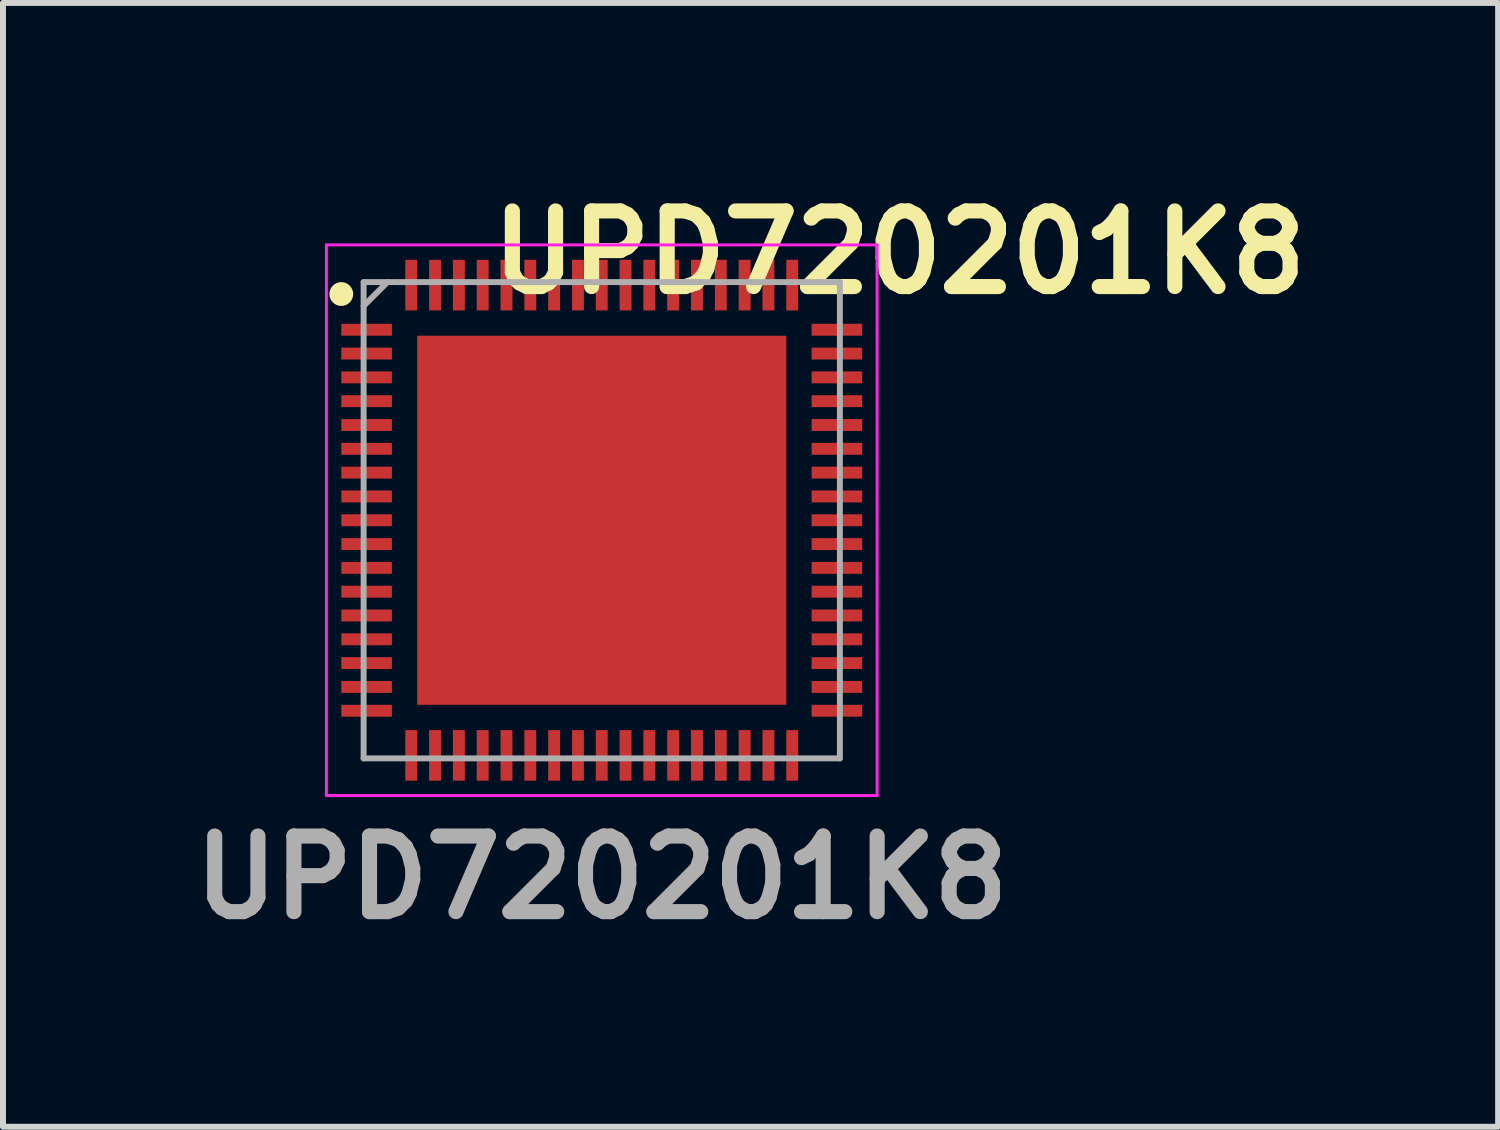
<source format=kicad_pcb>
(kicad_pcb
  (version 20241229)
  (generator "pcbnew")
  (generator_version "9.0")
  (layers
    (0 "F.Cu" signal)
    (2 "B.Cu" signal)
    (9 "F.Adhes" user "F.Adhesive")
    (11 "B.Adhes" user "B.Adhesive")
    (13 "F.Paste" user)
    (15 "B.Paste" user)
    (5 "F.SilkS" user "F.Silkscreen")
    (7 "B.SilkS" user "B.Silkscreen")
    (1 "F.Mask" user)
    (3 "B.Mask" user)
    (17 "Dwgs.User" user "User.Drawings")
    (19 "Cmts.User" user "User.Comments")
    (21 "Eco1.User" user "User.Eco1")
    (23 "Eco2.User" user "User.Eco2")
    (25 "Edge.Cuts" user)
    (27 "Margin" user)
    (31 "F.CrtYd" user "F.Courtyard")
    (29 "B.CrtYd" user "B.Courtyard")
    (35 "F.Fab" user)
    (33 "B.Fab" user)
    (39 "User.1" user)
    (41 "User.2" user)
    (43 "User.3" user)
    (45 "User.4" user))
  (footprint "UPD720201K8"
    (layer "F.Cu")
    (at 7.058 5.689)
    (property "Reference" "UPD720201K8" (at 5 -4.5 0) (layer "F.SilkS") (effects (font (size 1.27 1.27) (thickness 0.254))))
    (attr smd)
    (fp_circle (center -4.375 -3.8) (end -4.375 -3.7) (stroke (width 0.2) (type solid)) (fill no) (layer "F.SilkS"))
    (fp_line (start -4.625 -4.625) (end 4.625 -4.625) (stroke (width 0.05) (type solid)) (layer "F.CrtYd"))
    (fp_line (start -4.625 4.625) (end -4.625 -4.625) (stroke (width 0.05) (type solid)) (layer "F.CrtYd"))
    (fp_line (start 4.625 -4.625) (end 4.625 4.625) (stroke (width 0.05) (type solid)) (layer "F.CrtYd"))
    (fp_line (start 4.625 4.625) (end -4.625 4.625) (stroke (width 0.05) (type solid)) (layer "F.CrtYd"))
    (fp_line (start -4 -4) (end 4 -4) (stroke (width 0.1) (type solid)) (layer "F.Fab"))
    (fp_line (start -4 -3.6) (end -3.6 -4) (stroke (width 0.1) (type solid)) (layer "F.Fab"))
    (fp_line (start -4 4) (end -4 -4) (stroke (width 0.1) (type solid)) (layer "F.Fab"))
    (fp_line (start 4 -4) (end 4 4) (stroke (width 0.1) (type solid)) (layer "F.Fab"))
    (fp_line (start 4 4) (end -4 4) (stroke (width 0.1) (type solid)) (layer "F.Fab"))
    (fp_text user "${REFERENCE}" (at 0 6 0) (layer "F.Fab") (effects (font (size 1.27 1.27) (thickness 0.254))))
    (pad "1" smd rect (at -3.95 -3.2 90) (size 0.2 0.85) (layers "F.Cu" "F.Mask" "F.Paste"))
    (pad "2" smd rect (at -3.95 -2.8 90) (size 0.2 0.85) (layers "F.Cu" "F.Mask" "F.Paste"))
    (pad "3" smd rect (at -3.95 -2.4 90) (size 0.2 0.85) (layers "F.Cu" "F.Mask" "F.Paste"))
    (pad "4" smd rect (at -3.95 -2 90) (size 0.2 0.85) (layers "F.Cu" "F.Mask" "F.Paste"))
    (pad "5" smd rect (at -3.95 -1.6 90) (size 0.2 0.85) (layers "F.Cu" "F.Mask" "F.Paste"))
    (pad "6" smd rect (at -3.95 -1.2 90) (size 0.2 0.85) (layers "F.Cu" "F.Mask" "F.Paste"))
    (pad "7" smd rect (at -3.95 -0.8 90) (size 0.2 0.85) (layers "F.Cu" "F.Mask" "F.Paste"))
    (pad "8" smd rect (at -3.95 -0.4 90) (size 0.2 0.85) (layers "F.Cu" "F.Mask" "F.Paste"))
    (pad "9" smd rect (at -3.95 0 90) (size 0.2 0.85) (layers "F.Cu" "F.Mask" "F.Paste"))
    (pad "10" smd rect (at -3.95 0.4 90) (size 0.2 0.85) (layers "F.Cu" "F.Mask" "F.Paste"))
    (pad "11" smd rect (at -3.95 0.8 90) (size 0.2 0.85) (layers "F.Cu" "F.Mask" "F.Paste"))
    (pad "12" smd rect (at -3.95 1.2 90) (size 0.2 0.85) (layers "F.Cu" "F.Mask" "F.Paste"))
    (pad "13" smd rect (at -3.95 1.6 90) (size 0.2 0.85) (layers "F.Cu" "F.Mask" "F.Paste"))
    (pad "14" smd rect (at -3.95 2 90) (size 0.2 0.85) (layers "F.Cu" "F.Mask" "F.Paste"))
    (pad "15" smd rect (at -3.95 2.4 90) (size 0.2 0.85) (layers "F.Cu" "F.Mask" "F.Paste"))
    (pad "16" smd rect (at -3.95 2.8 90) (size 0.2 0.85) (layers "F.Cu" "F.Mask" "F.Paste"))
    (pad "17" smd rect (at -3.95 3.2 90) (size 0.2 0.85) (layers "F.Cu" "F.Mask" "F.Paste"))
    (pad "18" smd rect (at -3.2 3.95) (size 0.2 0.85) (layers "F.Cu" "F.Mask" "F.Paste"))
    (pad "19" smd rect (at -2.8 3.95) (size 0.2 0.85) (layers "F.Cu" "F.Mask" "F.Paste"))
    (pad "20" smd rect (at -2.4 3.95) (size 0.2 0.85) (layers "F.Cu" "F.Mask" "F.Paste"))
    (pad "21" smd rect (at -2 3.95) (size 0.2 0.85) (layers "F.Cu" "F.Mask" "F.Paste"))
    (pad "22" smd rect (at -1.6 3.95) (size 0.2 0.85) (layers "F.Cu" "F.Mask" "F.Paste"))
    (pad "23" smd rect (at -1.2 3.95) (size 0.2 0.85) (layers "F.Cu" "F.Mask" "F.Paste"))
    (pad "24" smd rect (at -0.8 3.95) (size 0.2 0.85) (layers "F.Cu" "F.Mask" "F.Paste"))
    (pad "25" smd rect (at -0.4 3.95) (size 0.2 0.85) (layers "F.Cu" "F.Mask" "F.Paste"))
    (pad "26" smd rect (at 0 3.95) (size 0.2 0.85) (layers "F.Cu" "F.Mask" "F.Paste"))
    (pad "27" smd rect (at 0.4 3.95) (size 0.2 0.85) (layers "F.Cu" "F.Mask" "F.Paste"))
    (pad "28" smd rect (at 0.8 3.95) (size 0.2 0.85) (layers "F.Cu" "F.Mask" "F.Paste"))
    (pad "29" smd rect (at 1.2 3.95) (size 0.2 0.85) (layers "F.Cu" "F.Mask" "F.Paste"))
    (pad "30" smd rect (at 1.6 3.95) (size 0.2 0.85) (layers "F.Cu" "F.Mask" "F.Paste"))
    (pad "31" smd rect (at 2 3.95) (size 0.2 0.85) (layers "F.Cu" "F.Mask" "F.Paste"))
    (pad "32" smd rect (at 2.4 3.95) (size 0.2 0.85) (layers "F.Cu" "F.Mask" "F.Paste"))
    (pad "33" smd rect (at 2.8 3.95) (size 0.2 0.85) (layers "F.Cu" "F.Mask" "F.Paste"))
    (pad "34" smd rect (at 3.2 3.95) (size 0.2 0.85) (layers "F.Cu" "F.Mask" "F.Paste"))
    (pad "35" smd rect (at 3.95 3.2 90) (size 0.2 0.85) (layers "F.Cu" "F.Mask" "F.Paste"))
    (pad "36" smd rect (at 3.95 2.8 90) (size 0.2 0.85) (layers "F.Cu" "F.Mask" "F.Paste"))
    (pad "37" smd rect (at 3.95 2.4 90) (size 0.2 0.85) (layers "F.Cu" "F.Mask" "F.Paste"))
    (pad "38" smd rect (at 3.95 2 90) (size 0.2 0.85) (layers "F.Cu" "F.Mask" "F.Paste"))
    (pad "39" smd rect (at 3.95 1.6 90) (size 0.2 0.85) (layers "F.Cu" "F.Mask" "F.Paste"))
    (pad "40" smd rect (at 3.95 1.2 90) (size 0.2 0.85) (layers "F.Cu" "F.Mask" "F.Paste"))
    (pad "41" smd rect (at 3.95 0.8 90) (size 0.2 0.85) (layers "F.Cu" "F.Mask" "F.Paste"))
    (pad "42" smd rect (at 3.95 0.4 90) (size 0.2 0.85) (layers "F.Cu" "F.Mask" "F.Paste"))
    (pad "43" smd rect (at 3.95 0 90) (size 0.2 0.85) (layers "F.Cu" "F.Mask" "F.Paste"))
    (pad "44" smd rect (at 3.95 -0.4 90) (size 0.2 0.85) (layers "F.Cu" "F.Mask" "F.Paste"))
    (pad "45" smd rect (at 3.95 -0.8 90) (size 0.2 0.85) (layers "F.Cu" "F.Mask" "F.Paste"))
    (pad "46" smd rect (at 3.95 -1.2 90) (size 0.2 0.85) (layers "F.Cu" "F.Mask" "F.Paste"))
    (pad "47" smd rect (at 3.95 -1.6 90) (size 0.2 0.85) (layers "F.Cu" "F.Mask" "F.Paste"))
    (pad "48" smd rect (at 3.95 -2 90) (size 0.2 0.85) (layers "F.Cu" "F.Mask" "F.Paste"))
    (pad "49" smd rect (at 3.95 -2.4 90) (size 0.2 0.85) (layers "F.Cu" "F.Mask" "F.Paste"))
    (pad "50" smd rect (at 3.95 -2.8 90) (size 0.2 0.85) (layers "F.Cu" "F.Mask" "F.Paste"))
    (pad "51" smd rect (at 3.95 -3.2 90) (size 0.2 0.85) (layers "F.Cu" "F.Mask" "F.Paste"))
    (pad "52" smd rect (at 3.2 -3.95) (size 0.2 0.85) (layers "F.Cu" "F.Mask" "F.Paste"))
    (pad "53" smd rect (at 2.8 -3.95) (size 0.2 0.85) (layers "F.Cu" "F.Mask" "F.Paste"))
    (pad "54" smd rect (at 2.4 -3.95) (size 0.2 0.85) (layers "F.Cu" "F.Mask" "F.Paste"))
    (pad "55" smd rect (at 2 -3.95) (size 0.2 0.85) (layers "F.Cu" "F.Mask" "F.Paste"))
    (pad "56" smd rect (at 1.6 -3.95) (size 0.2 0.85) (layers "F.Cu" "F.Mask" "F.Paste"))
    (pad "57" smd rect (at 1.2 -3.95) (size 0.2 0.85) (layers "F.Cu" "F.Mask" "F.Paste"))
    (pad "58" smd rect (at 0.8 -3.95) (size 0.2 0.85) (layers "F.Cu" "F.Mask" "F.Paste"))
    (pad "59" smd rect (at 0.4 -3.95) (size 0.2 0.85) (layers "F.Cu" "F.Mask" "F.Paste"))
    (pad "60" smd rect (at 0 -3.95) (size 0.2 0.85) (layers "F.Cu" "F.Mask" "F.Paste"))
    (pad "61" smd rect (at -0.4 -3.95) (size 0.2 0.85) (layers "F.Cu" "F.Mask" "F.Paste"))
    (pad "62" smd rect (at -0.8 -3.95) (size 0.2 0.85) (layers "F.Cu" "F.Mask" "F.Paste"))
    (pad "63" smd rect (at -1.2 -3.95) (size 0.2 0.85) (layers "F.Cu" "F.Mask" "F.Paste"))
    (pad "64" smd rect (at -1.6 -3.95) (size 0.2 0.85) (layers "F.Cu" "F.Mask" "F.Paste"))
    (pad "65" smd rect (at -2 -3.95) (size 0.2 0.85) (layers "F.Cu" "F.Mask" "F.Paste"))
    (pad "66" smd rect (at -2.4 -3.95) (size 0.2 0.85) (layers "F.Cu" "F.Mask" "F.Paste"))
    (pad "67" smd rect (at -2.8 -3.95) (size 0.2 0.85) (layers "F.Cu" "F.Mask" "F.Paste"))
    (pad "68" smd rect (at -3.2 -3.95) (size 0.2 0.85) (layers "F.Cu" "F.Mask" "F.Paste"))
    (pad "69" smd rect (at 0 0) (size 6.2 6.2) (layers "F.Cu" "F.Mask" "F.Paste")))
  (gr_rect
    (start -3 -3)
    (end 22.115 15.877)
    (stroke (width 0.1) (type default))
    (fill no)
    (layer "Edge.Cuts")))
</source>
